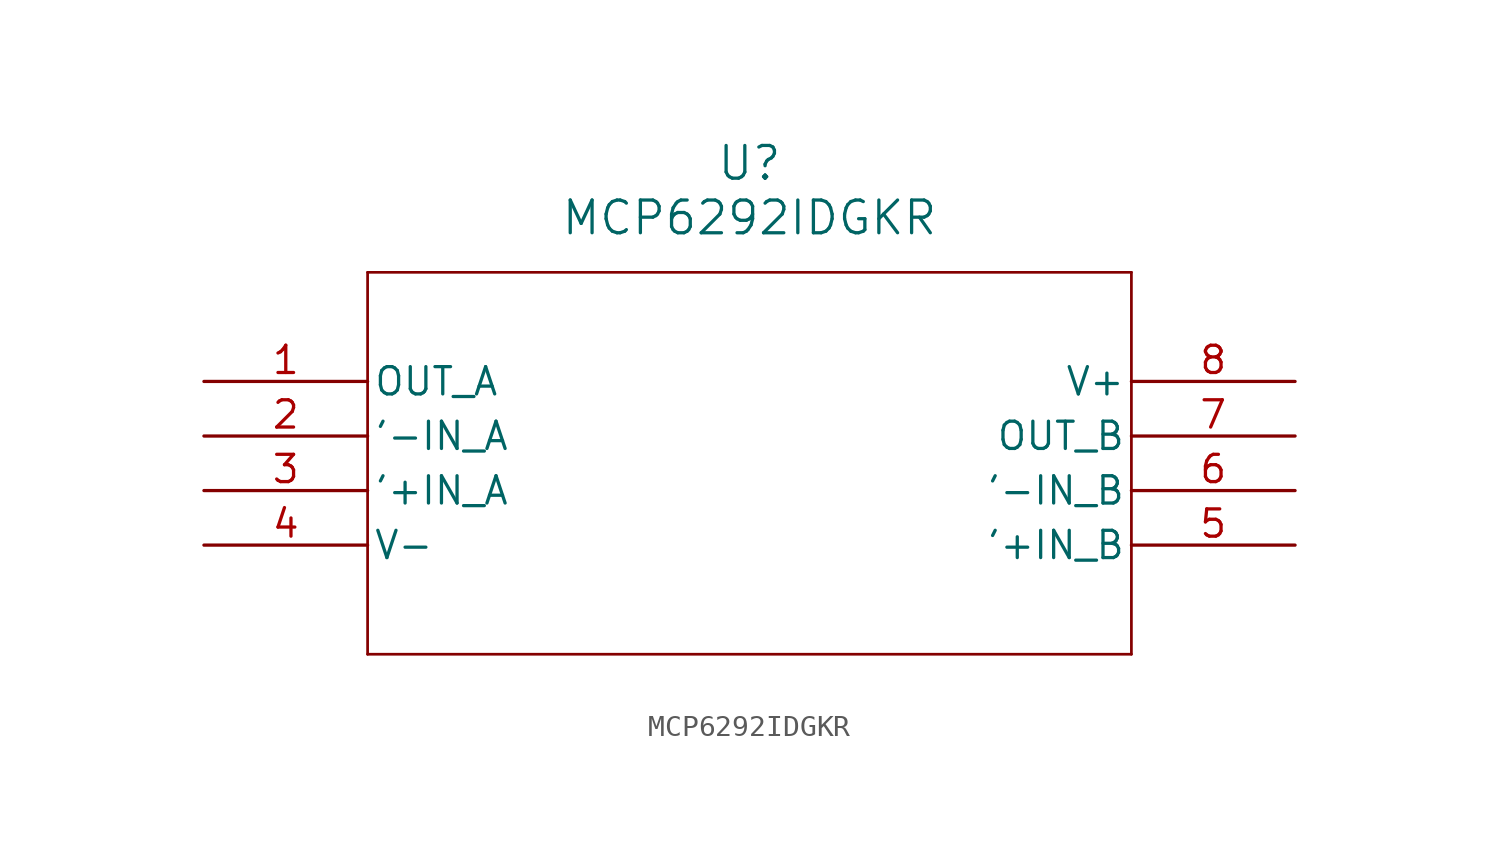
<source format=kicad_sym>
(kicad_symbol_lib
  (version 20211014)
  (generator kicad_symbol_editor)
  (symbol "MCP6292IDGKR"
    (pin_names
      (offset 0.254))
    (property "Reference" "U"
      (at 25.4 10.16 0)
      (effects (font (size 1.524 1.524))))
    (property "Value" "MCP6292IDGKR"
      (at 25.4 7.62 0)
      (effects (font (size 1.524 1.524))))
    (symbol "MCP6292IDGKR_0_1"
      (polyline (pts (xy 7.62 5.08) (xy 7.62 -12.7)) (stroke (width 0.127) (type default) (color 0 0 0 0)) (fill (type none)))
      (polyline (pts (xy 7.62 -12.7) (xy 43.18 -12.7)) (stroke (width 0.127) (type default) (color 0 0 0 0)) (fill (type none)))
      (polyline (pts (xy 43.18 -12.7) (xy 43.18 5.08)) (stroke (width 0.127) (type default) (color 0 0 0 0)) (fill (type none)))
      (polyline (pts (xy 43.18 5.08) (xy 7.62 5.08)) (stroke (width 0.127) (type default) (color 0 0 0 0)) (fill (type none)))
      (pin output line (at 0 0 0) (length 7.62) (name "OUT A" (effects (font (size 1.27 1.27)))) (number "1" (effects (font (size 1.27 1.27)))))
      (pin input line (at 0 -2.54 0) (length 7.62) (name "'-IN A" (effects (font (size 1.27 1.27)))) (number "2" (effects (font (size 1.27 1.27)))))
      (pin input line (at 0 -5.08 0) (length 7.62) (name "'+IN A" (effects (font (size 1.27 1.27)))) (number "3" (effects (font (size 1.27 1.27)))))
      (pin power_in line (at 0 -7.62 0) (length 7.62) (name "V-" (effects (font (size 1.27 1.27)))) (number "4" (effects (font (size 1.27 1.27)))))
      (pin input line (at 50.8 -7.62 180) (length 7.62) (name "'+IN B" (effects (font (size 1.27 1.27)))) (number "5" (effects (font (size 1.27 1.27)))))
      (pin input line (at 50.8 -5.08 180) (length 7.62) (name "'-IN B" (effects (font (size 1.27 1.27)))) (number "6" (effects (font (size 1.27 1.27)))))
      (pin output line (at 50.8 -2.54 180) (length 7.62) (name "OUT B" (effects (font (size 1.27 1.27)))) (number "7" (effects (font (size 1.27 1.27)))))
      (pin power_in line (at 50.8 0 180) (length 7.62) (name "V+" (effects (font (size 1.27 1.27)))) (number "8" (effects (font (size 1.27 1.27))))))))
</source>
